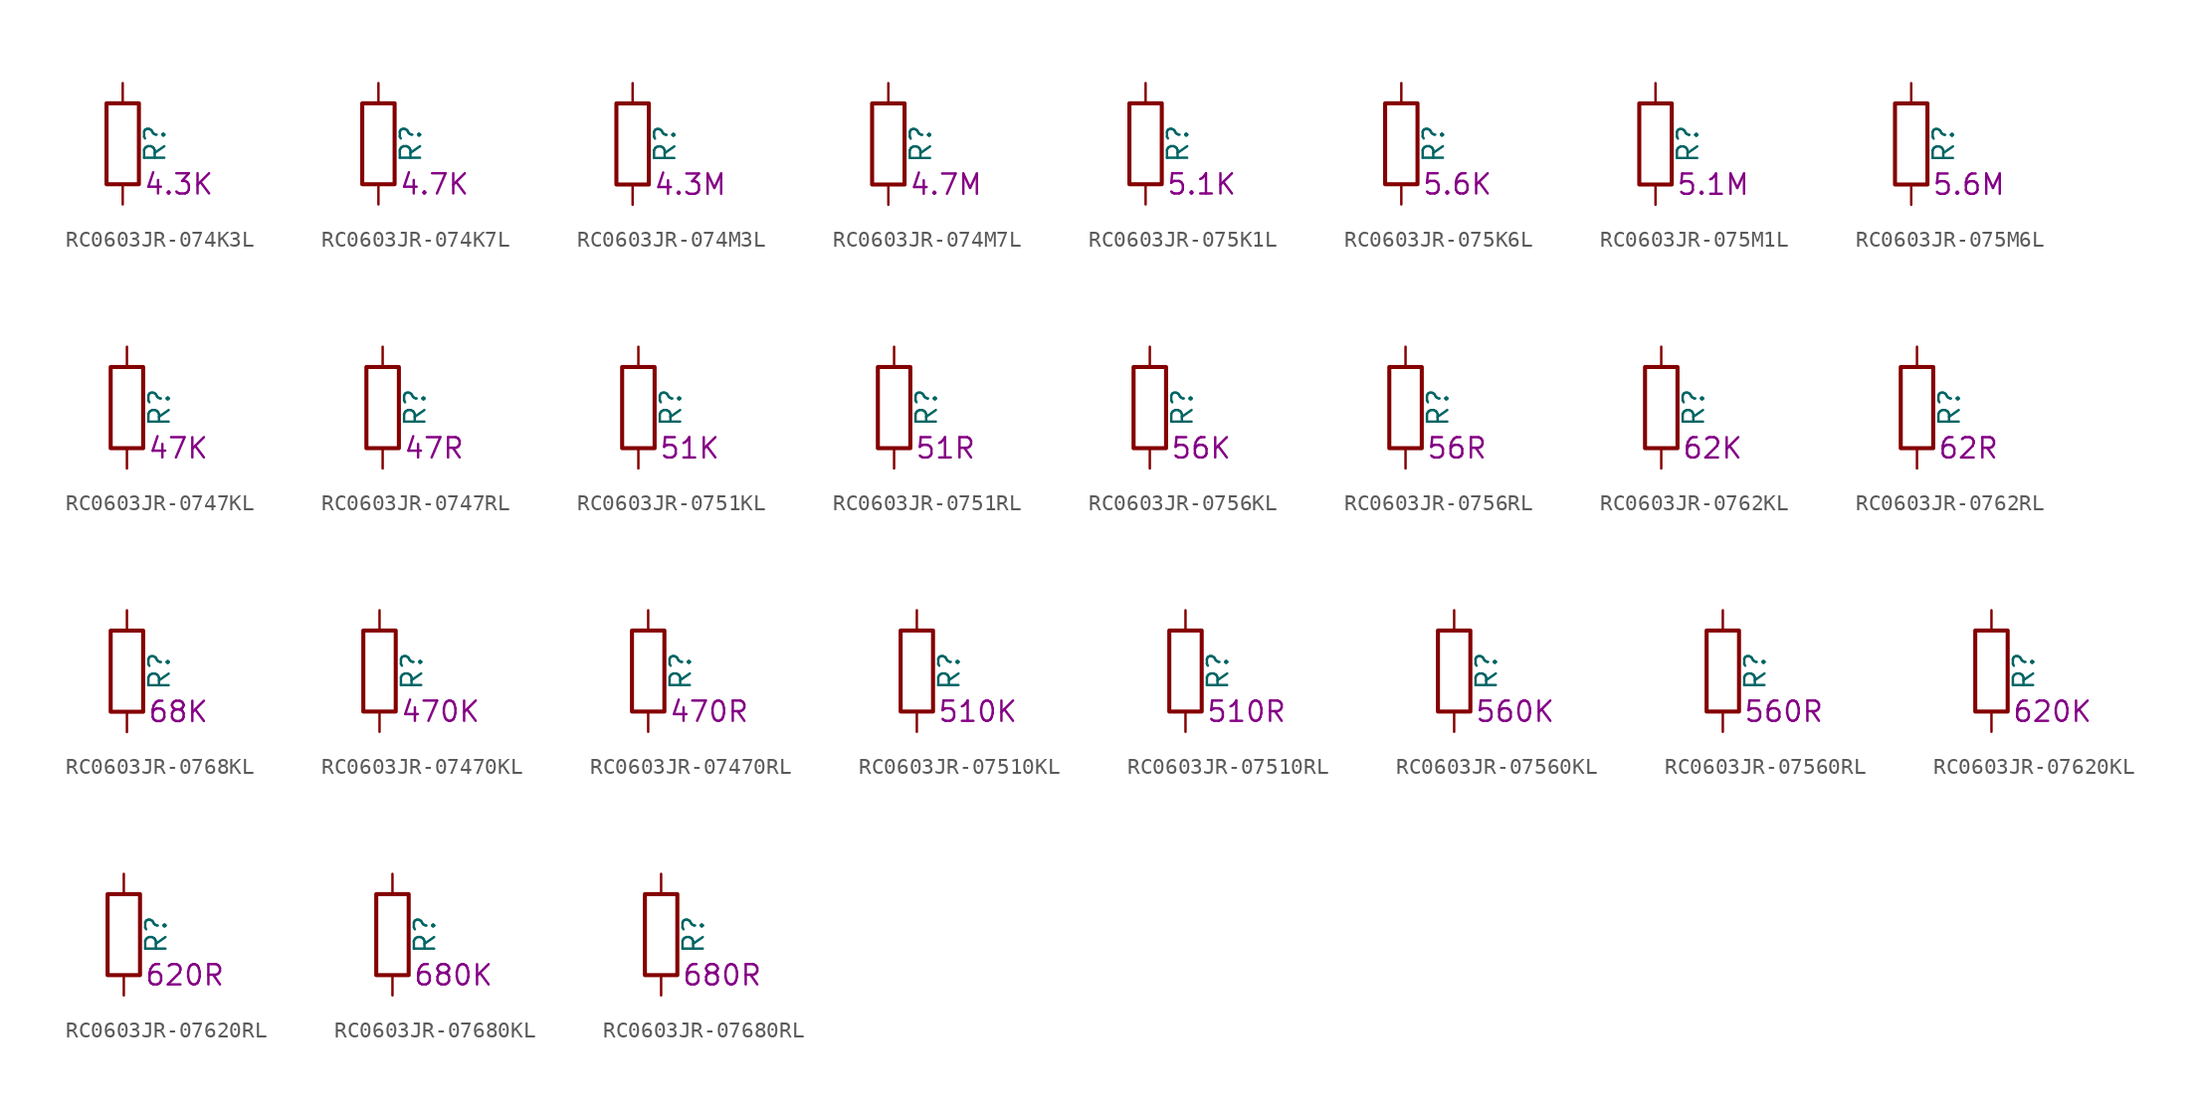
<source format=kicad_sym>
(kicad_symbol_lib
  (version 20220914)
  (generator kicad_symbol_editor)
  (symbol "RC0603JR-074K3L"
    (pin_numbers hide)
    (pin_names
      (offset 0))
    (property "Reference" "R"
      (at 2.032 0 90)
      (effects (font (size 1.27 1.27))))
    (property "Resistance" "4.3K"
      (at 1.27 -2.54 0)
      (effects (font (size 1.27 1.27)) (justify left)))
    (symbol "RC0603JR-074K3L_0_1"
      (rectangle (start -1.016 -2.54) (end 1.016 2.54) (stroke (width 0.254) (type default)) (fill (type none))))
    (symbol "RC0603JR-074K3L_1_1"
      (pin passive line (at 0 3.81 270) (length 1.27) (name "~" (effects (font (size 1.27 1.27)))) (number "1" (effects (font (size 1.27 1.27)))))
      (pin passive line (at 0 -3.81 90) (length 1.27) (name "~" (effects (font (size 1.27 1.27)))) (number "2" (effects (font (size 1.27 1.27)))))))
  (symbol "RC0603JR-074K7L"
    (pin_numbers hide)
    (pin_names
      (offset 0))
    (property "Reference" "R"
      (at 2.032 0 90)
      (effects (font (size 1.27 1.27))))
    (property "Resistance" "4.7K"
      (at 1.27 -2.54 0)
      (effects (font (size 1.27 1.27)) (justify left)))
    (symbol "RC0603JR-074K7L_0_1"
      (rectangle (start -1.016 -2.54) (end 1.016 2.54) (stroke (width 0.254) (type default)) (fill (type none))))
    (symbol "RC0603JR-074K7L_1_1"
      (pin passive line (at 0 3.81 270) (length 1.27) (name "~" (effects (font (size 1.27 1.27)))) (number "1" (effects (font (size 1.27 1.27)))))
      (pin passive line (at 0 -3.81 90) (length 1.27) (name "~" (effects (font (size 1.27 1.27)))) (number "2" (effects (font (size 1.27 1.27)))))))
  (symbol "RC0603JR-074M3L"
    (pin_numbers hide)
    (pin_names
      (offset 0))
    (property "Reference" "R"
      (at 2.032 0 90)
      (effects (font (size 1.27 1.27))))
    (property "Resistance" "4.3M"
      (at 1.27 -2.54 0)
      (effects (font (size 1.27 1.27)) (justify left)))
    (symbol "RC0603JR-074M3L_0_1"
      (rectangle (start -1.016 -2.54) (end 1.016 2.54) (stroke (width 0.254) (type default)) (fill (type none))))
    (symbol "RC0603JR-074M3L_1_1"
      (pin passive line (at 0 3.81 270) (length 1.27) (name "~" (effects (font (size 1.27 1.27)))) (number "1" (effects (font (size 1.27 1.27)))))
      (pin passive line (at 0 -3.81 90) (length 1.27) (name "~" (effects (font (size 1.27 1.27)))) (number "2" (effects (font (size 1.27 1.27)))))))
  (symbol "RC0603JR-074M7L"
    (pin_numbers hide)
    (pin_names
      (offset 0))
    (property "Reference" "R"
      (at 2.032 0 90)
      (effects (font (size 1.27 1.27))))
    (property "Resistance" "4.7M"
      (at 1.27 -2.54 0)
      (effects (font (size 1.27 1.27)) (justify left)))
    (symbol "RC0603JR-074M7L_0_1"
      (rectangle (start -1.016 -2.54) (end 1.016 2.54) (stroke (width 0.254) (type default)) (fill (type none))))
    (symbol "RC0603JR-074M7L_1_1"
      (pin passive line (at 0 3.81 270) (length 1.27) (name "~" (effects (font (size 1.27 1.27)))) (number "1" (effects (font (size 1.27 1.27)))))
      (pin passive line (at 0 -3.81 90) (length 1.27) (name "~" (effects (font (size 1.27 1.27)))) (number "2" (effects (font (size 1.27 1.27)))))))
  (symbol "RC0603JR-075K1L"
    (pin_numbers hide)
    (pin_names
      (offset 0))
    (property "Reference" "R"
      (at 2.032 0 90)
      (effects (font (size 1.27 1.27))))
    (property "Resistance" "5.1K"
      (at 1.27 -2.54 0)
      (effects (font (size 1.27 1.27)) (justify left)))
    (symbol "RC0603JR-075K1L_0_1"
      (rectangle (start -1.016 -2.54) (end 1.016 2.54) (stroke (width 0.254) (type default)) (fill (type none))))
    (symbol "RC0603JR-075K1L_1_1"
      (pin passive line (at 0 3.81 270) (length 1.27) (name "~" (effects (font (size 1.27 1.27)))) (number "1" (effects (font (size 1.27 1.27)))))
      (pin passive line (at 0 -3.81 90) (length 1.27) (name "~" (effects (font (size 1.27 1.27)))) (number "2" (effects (font (size 1.27 1.27)))))))
  (symbol "RC0603JR-075K6L"
    (pin_numbers hide)
    (pin_names
      (offset 0))
    (property "Reference" "R"
      (at 2.032 0 90)
      (effects (font (size 1.27 1.27))))
    (property "Resistance" "5.6K"
      (at 1.27 -2.54 0)
      (effects (font (size 1.27 1.27)) (justify left)))
    (symbol "RC0603JR-075K6L_0_1"
      (rectangle (start -1.016 -2.54) (end 1.016 2.54) (stroke (width 0.254) (type default)) (fill (type none))))
    (symbol "RC0603JR-075K6L_1_1"
      (pin passive line (at 0 3.81 270) (length 1.27) (name "~" (effects (font (size 1.27 1.27)))) (number "1" (effects (font (size 1.27 1.27)))))
      (pin passive line (at 0 -3.81 90) (length 1.27) (name "~" (effects (font (size 1.27 1.27)))) (number "2" (effects (font (size 1.27 1.27)))))))
  (symbol "RC0603JR-075M1L"
    (pin_numbers hide)
    (pin_names
      (offset 0))
    (property "Reference" "R"
      (at 2.032 0 90)
      (effects (font (size 1.27 1.27))))
    (property "Resistance" "5.1M"
      (at 1.27 -2.54 0)
      (effects (font (size 1.27 1.27)) (justify left)))
    (symbol "RC0603JR-075M1L_0_1"
      (rectangle (start -1.016 -2.54) (end 1.016 2.54) (stroke (width 0.254) (type default)) (fill (type none))))
    (symbol "RC0603JR-075M1L_1_1"
      (pin passive line (at 0 3.81 270) (length 1.27) (name "~" (effects (font (size 1.27 1.27)))) (number "1" (effects (font (size 1.27 1.27)))))
      (pin passive line (at 0 -3.81 90) (length 1.27) (name "~" (effects (font (size 1.27 1.27)))) (number "2" (effects (font (size 1.27 1.27)))))))
  (symbol "RC0603JR-075M6L"
    (pin_numbers hide)
    (pin_names
      (offset 0))
    (property "Reference" "R"
      (at 2.032 0 90)
      (effects (font (size 1.27 1.27))))
    (property "Resistance" "5.6M"
      (at 1.27 -2.54 0)
      (effects (font (size 1.27 1.27)) (justify left)))
    (symbol "RC0603JR-075M6L_0_1"
      (rectangle (start -1.016 -2.54) (end 1.016 2.54) (stroke (width 0.254) (type default)) (fill (type none))))
    (symbol "RC0603JR-075M6L_1_1"
      (pin passive line (at 0 3.81 270) (length 1.27) (name "~" (effects (font (size 1.27 1.27)))) (number "1" (effects (font (size 1.27 1.27)))))
      (pin passive line (at 0 -3.81 90) (length 1.27) (name "~" (effects (font (size 1.27 1.27)))) (number "2" (effects (font (size 1.27 1.27)))))))
  (symbol "RC0603JR-0747KL"
    (pin_numbers hide)
    (pin_names
      (offset 0))
    (property "Reference" "R"
      (at 2.032 0 90)
      (effects (font (size 1.27 1.27))))
    (property "Resistance" "47K"
      (at 1.27 -2.54 0)
      (effects (font (size 1.27 1.27)) (justify left)))
    (symbol "RC0603JR-0747KL_0_1"
      (rectangle (start -1.016 -2.54) (end 1.016 2.54) (stroke (width 0.254) (type default)) (fill (type none))))
    (symbol "RC0603JR-0747KL_1_1"
      (pin passive line (at 0 3.81 270) (length 1.27) (name "~" (effects (font (size 1.27 1.27)))) (number "1" (effects (font (size 1.27 1.27)))))
      (pin passive line (at 0 -3.81 90) (length 1.27) (name "~" (effects (font (size 1.27 1.27)))) (number "2" (effects (font (size 1.27 1.27)))))))
  (symbol "RC0603JR-0747RL"
    (pin_numbers hide)
    (pin_names
      (offset 0))
    (property "Reference" "R"
      (at 2.032 0 90)
      (effects (font (size 1.27 1.27))))
    (property "Resistance" "47R"
      (at 1.27 -2.54 0)
      (effects (font (size 1.27 1.27)) (justify left)))
    (symbol "RC0603JR-0747RL_0_1"
      (rectangle (start -1.016 -2.54) (end 1.016 2.54) (stroke (width 0.254) (type default)) (fill (type none))))
    (symbol "RC0603JR-0747RL_1_1"
      (pin passive line (at 0 3.81 270) (length 1.27) (name "~" (effects (font (size 1.27 1.27)))) (number "1" (effects (font (size 1.27 1.27)))))
      (pin passive line (at 0 -3.81 90) (length 1.27) (name "~" (effects (font (size 1.27 1.27)))) (number "2" (effects (font (size 1.27 1.27)))))))
  (symbol "RC0603JR-0751KL"
    (pin_numbers hide)
    (pin_names
      (offset 0))
    (property "Reference" "R"
      (at 2.032 0 90)
      (effects (font (size 1.27 1.27))))
    (property "Resistance" "51K"
      (at 1.27 -2.54 0)
      (effects (font (size 1.27 1.27)) (justify left)))
    (symbol "RC0603JR-0751KL_0_1"
      (rectangle (start -1.016 -2.54) (end 1.016 2.54) (stroke (width 0.254) (type default)) (fill (type none))))
    (symbol "RC0603JR-0751KL_1_1"
      (pin passive line (at 0 3.81 270) (length 1.27) (name "~" (effects (font (size 1.27 1.27)))) (number "1" (effects (font (size 1.27 1.27)))))
      (pin passive line (at 0 -3.81 90) (length 1.27) (name "~" (effects (font (size 1.27 1.27)))) (number "2" (effects (font (size 1.27 1.27)))))))
  (symbol "RC0603JR-0751RL"
    (pin_numbers hide)
    (pin_names
      (offset 0))
    (property "Reference" "R"
      (at 2.032 0 90)
      (effects (font (size 1.27 1.27))))
    (property "Resistance" "51R"
      (at 1.27 -2.54 0)
      (effects (font (size 1.27 1.27)) (justify left)))
    (symbol "RC0603JR-0751RL_0_1"
      (rectangle (start -1.016 -2.54) (end 1.016 2.54) (stroke (width 0.254) (type default)) (fill (type none))))
    (symbol "RC0603JR-0751RL_1_1"
      (pin passive line (at 0 3.81 270) (length 1.27) (name "~" (effects (font (size 1.27 1.27)))) (number "1" (effects (font (size 1.27 1.27)))))
      (pin passive line (at 0 -3.81 90) (length 1.27) (name "~" (effects (font (size 1.27 1.27)))) (number "2" (effects (font (size 1.27 1.27)))))))
  (symbol "RC0603JR-0756KL"
    (pin_numbers hide)
    (pin_names
      (offset 0))
    (property "Reference" "R"
      (at 2.032 0 90)
      (effects (font (size 1.27 1.27))))
    (property "Resistance" "56K"
      (at 1.27 -2.54 0)
      (effects (font (size 1.27 1.27)) (justify left)))
    (symbol "RC0603JR-0756KL_0_1"
      (rectangle (start -1.016 -2.54) (end 1.016 2.54) (stroke (width 0.254) (type default)) (fill (type none))))
    (symbol "RC0603JR-0756KL_1_1"
      (pin passive line (at 0 3.81 270) (length 1.27) (name "~" (effects (font (size 1.27 1.27)))) (number "1" (effects (font (size 1.27 1.27)))))
      (pin passive line (at 0 -3.81 90) (length 1.27) (name "~" (effects (font (size 1.27 1.27)))) (number "2" (effects (font (size 1.27 1.27)))))))
  (symbol "RC0603JR-0756RL"
    (pin_numbers hide)
    (pin_names
      (offset 0))
    (property "Reference" "R"
      (at 2.032 0 90)
      (effects (font (size 1.27 1.27))))
    (property "Resistance" "56R"
      (at 1.27 -2.54 0)
      (effects (font (size 1.27 1.27)) (justify left)))
    (symbol "RC0603JR-0756RL_0_1"
      (rectangle (start -1.016 -2.54) (end 1.016 2.54) (stroke (width 0.254) (type default)) (fill (type none))))
    (symbol "RC0603JR-0756RL_1_1"
      (pin passive line (at 0 3.81 270) (length 1.27) (name "~" (effects (font (size 1.27 1.27)))) (number "1" (effects (font (size 1.27 1.27)))))
      (pin passive line (at 0 -3.81 90) (length 1.27) (name "~" (effects (font (size 1.27 1.27)))) (number "2" (effects (font (size 1.27 1.27)))))))
  (symbol "RC0603JR-0762KL"
    (pin_numbers hide)
    (pin_names
      (offset 0))
    (property "Reference" "R"
      (at 2.032 0 90)
      (effects (font (size 1.27 1.27))))
    (property "Resistance" "62K"
      (at 1.27 -2.54 0)
      (effects (font (size 1.27 1.27)) (justify left)))
    (symbol "RC0603JR-0762KL_0_1"
      (rectangle (start -1.016 -2.54) (end 1.016 2.54) (stroke (width 0.254) (type default)) (fill (type none))))
    (symbol "RC0603JR-0762KL_1_1"
      (pin passive line (at 0 3.81 270) (length 1.27) (name "~" (effects (font (size 1.27 1.27)))) (number "1" (effects (font (size 1.27 1.27)))))
      (pin passive line (at 0 -3.81 90) (length 1.27) (name "~" (effects (font (size 1.27 1.27)))) (number "2" (effects (font (size 1.27 1.27)))))))
  (symbol "RC0603JR-0762RL"
    (pin_numbers hide)
    (pin_names
      (offset 0))
    (property "Reference" "R"
      (at 2.032 0 90)
      (effects (font (size 1.27 1.27))))
    (property "Resistance" "62R"
      (at 1.27 -2.54 0)
      (effects (font (size 1.27 1.27)) (justify left)))
    (symbol "RC0603JR-0762RL_0_1"
      (rectangle (start -1.016 -2.54) (end 1.016 2.54) (stroke (width 0.254) (type default)) (fill (type none))))
    (symbol "RC0603JR-0762RL_1_1"
      (pin passive line (at 0 3.81 270) (length 1.27) (name "~" (effects (font (size 1.27 1.27)))) (number "1" (effects (font (size 1.27 1.27)))))
      (pin passive line (at 0 -3.81 90) (length 1.27) (name "~" (effects (font (size 1.27 1.27)))) (number "2" (effects (font (size 1.27 1.27)))))))
  (symbol "RC0603JR-0768KL"
    (pin_numbers hide)
    (pin_names
      (offset 0))
    (property "Reference" "R"
      (at 2.032 0 90)
      (effects (font (size 1.27 1.27))))
    (property "Resistance" "68K"
      (at 1.27 -2.54 0)
      (effects (font (size 1.27 1.27)) (justify left)))
    (symbol "RC0603JR-0768KL_0_1"
      (rectangle (start -1.016 -2.54) (end 1.016 2.54) (stroke (width 0.254) (type default)) (fill (type none))))
    (symbol "RC0603JR-0768KL_1_1"
      (pin passive line (at 0 3.81 270) (length 1.27) (name "~" (effects (font (size 1.27 1.27)))) (number "1" (effects (font (size 1.27 1.27)))))
      (pin passive line (at 0 -3.81 90) (length 1.27) (name "~" (effects (font (size 1.27 1.27)))) (number "2" (effects (font (size 1.27 1.27)))))))
  (symbol "RC0603JR-07470KL"
    (pin_numbers hide)
    (pin_names
      (offset 0))
    (property "Reference" "R"
      (at 2.032 0 90)
      (effects (font (size 1.27 1.27))))
    (property "Resistance" "470K"
      (at 1.27 -2.54 0)
      (effects (font (size 1.27 1.27)) (justify left)))
    (symbol "RC0603JR-07470KL_0_1"
      (rectangle (start -1.016 -2.54) (end 1.016 2.54) (stroke (width 0.254) (type default)) (fill (type none))))
    (symbol "RC0603JR-07470KL_1_1"
      (pin passive line (at 0 3.81 270) (length 1.27) (name "~" (effects (font (size 1.27 1.27)))) (number "1" (effects (font (size 1.27 1.27)))))
      (pin passive line (at 0 -3.81 90) (length 1.27) (name "~" (effects (font (size 1.27 1.27)))) (number "2" (effects (font (size 1.27 1.27)))))))
  (symbol "RC0603JR-07470RL"
    (pin_numbers hide)
    (pin_names
      (offset 0))
    (property "Reference" "R"
      (at 2.032 0 90)
      (effects (font (size 1.27 1.27))))
    (property "Resistance" "470R"
      (at 1.27 -2.54 0)
      (effects (font (size 1.27 1.27)) (justify left)))
    (symbol "RC0603JR-07470RL_0_1"
      (rectangle (start -1.016 -2.54) (end 1.016 2.54) (stroke (width 0.254) (type default)) (fill (type none))))
    (symbol "RC0603JR-07470RL_1_1"
      (pin passive line (at 0 3.81 270) (length 1.27) (name "~" (effects (font (size 1.27 1.27)))) (number "1" (effects (font (size 1.27 1.27)))))
      (pin passive line (at 0 -3.81 90) (length 1.27) (name "~" (effects (font (size 1.27 1.27)))) (number "2" (effects (font (size 1.27 1.27)))))))
  (symbol "RC0603JR-07510KL"
    (pin_numbers hide)
    (pin_names
      (offset 0))
    (property "Reference" "R"
      (at 2.032 0 90)
      (effects (font (size 1.27 1.27))))
    (property "Resistance" "510K"
      (at 1.27 -2.54 0)
      (effects (font (size 1.27 1.27)) (justify left)))
    (symbol "RC0603JR-07510KL_0_1"
      (rectangle (start -1.016 -2.54) (end 1.016 2.54) (stroke (width 0.254) (type default)) (fill (type none))))
    (symbol "RC0603JR-07510KL_1_1"
      (pin passive line (at 0 3.81 270) (length 1.27) (name "~" (effects (font (size 1.27 1.27)))) (number "1" (effects (font (size 1.27 1.27)))))
      (pin passive line (at 0 -3.81 90) (length 1.27) (name "~" (effects (font (size 1.27 1.27)))) (number "2" (effects (font (size 1.27 1.27)))))))
  (symbol "RC0603JR-07510RL"
    (pin_numbers hide)
    (pin_names
      (offset 0))
    (property "Reference" "R"
      (at 2.032 0 90)
      (effects (font (size 1.27 1.27))))
    (property "Resistance" "510R"
      (at 1.27 -2.54 0)
      (effects (font (size 1.27 1.27)) (justify left)))
    (symbol "RC0603JR-07510RL_0_1"
      (rectangle (start -1.016 -2.54) (end 1.016 2.54) (stroke (width 0.254) (type default)) (fill (type none))))
    (symbol "RC0603JR-07510RL_1_1"
      (pin passive line (at 0 3.81 270) (length 1.27) (name "~" (effects (font (size 1.27 1.27)))) (number "1" (effects (font (size 1.27 1.27)))))
      (pin passive line (at 0 -3.81 90) (length 1.27) (name "~" (effects (font (size 1.27 1.27)))) (number "2" (effects (font (size 1.27 1.27)))))))
  (symbol "RC0603JR-07560KL"
    (pin_numbers hide)
    (pin_names
      (offset 0))
    (property "Reference" "R"
      (at 2.032 0 90)
      (effects (font (size 1.27 1.27))))
    (property "Resistance" "560K"
      (at 1.27 -2.54 0)
      (effects (font (size 1.27 1.27)) (justify left)))
    (symbol "RC0603JR-07560KL_0_1"
      (rectangle (start -1.016 -2.54) (end 1.016 2.54) (stroke (width 0.254) (type default)) (fill (type none))))
    (symbol "RC0603JR-07560KL_1_1"
      (pin passive line (at 0 3.81 270) (length 1.27) (name "~" (effects (font (size 1.27 1.27)))) (number "1" (effects (font (size 1.27 1.27)))))
      (pin passive line (at 0 -3.81 90) (length 1.27) (name "~" (effects (font (size 1.27 1.27)))) (number "2" (effects (font (size 1.27 1.27)))))))
  (symbol "RC0603JR-07560RL"
    (pin_numbers hide)
    (pin_names
      (offset 0))
    (property "Reference" "R"
      (at 2.032 0 90)
      (effects (font (size 1.27 1.27))))
    (property "Resistance" "560R"
      (at 1.27 -2.54 0)
      (effects (font (size 1.27 1.27)) (justify left)))
    (symbol "RC0603JR-07560RL_0_1"
      (rectangle (start -1.016 -2.54) (end 1.016 2.54) (stroke (width 0.254) (type default)) (fill (type none))))
    (symbol "RC0603JR-07560RL_1_1"
      (pin passive line (at 0 3.81 270) (length 1.27) (name "~" (effects (font (size 1.27 1.27)))) (number "1" (effects (font (size 1.27 1.27)))))
      (pin passive line (at 0 -3.81 90) (length 1.27) (name "~" (effects (font (size 1.27 1.27)))) (number "2" (effects (font (size 1.27 1.27)))))))
  (symbol "RC0603JR-07620KL"
    (pin_numbers hide)
    (pin_names
      (offset 0))
    (property "Reference" "R"
      (at 2.032 0 90)
      (effects (font (size 1.27 1.27))))
    (property "Resistance" "620K"
      (at 1.27 -2.54 0)
      (effects (font (size 1.27 1.27)) (justify left)))
    (symbol "RC0603JR-07620KL_0_1"
      (rectangle (start -1.016 -2.54) (end 1.016 2.54) (stroke (width 0.254) (type default)) (fill (type none))))
    (symbol "RC0603JR-07620KL_1_1"
      (pin passive line (at 0 3.81 270) (length 1.27) (name "~" (effects (font (size 1.27 1.27)))) (number "1" (effects (font (size 1.27 1.27)))))
      (pin passive line (at 0 -3.81 90) (length 1.27) (name "~" (effects (font (size 1.27 1.27)))) (number "2" (effects (font (size 1.27 1.27)))))))
  (symbol "RC0603JR-07620RL"
    (pin_numbers hide)
    (pin_names
      (offset 0))
    (property "Reference" "R"
      (at 2.032 0 90)
      (effects (font (size 1.27 1.27))))
    (property "Resistance" "620R"
      (at 1.27 -2.54 0)
      (effects (font (size 1.27 1.27)) (justify left)))
    (symbol "RC0603JR-07620RL_0_1"
      (rectangle (start -1.016 -2.54) (end 1.016 2.54) (stroke (width 0.254) (type default)) (fill (type none))))
    (symbol "RC0603JR-07620RL_1_1"
      (pin passive line (at 0 3.81 270) (length 1.27) (name "~" (effects (font (size 1.27 1.27)))) (number "1" (effects (font (size 1.27 1.27)))))
      (pin passive line (at 0 -3.81 90) (length 1.27) (name "~" (effects (font (size 1.27 1.27)))) (number "2" (effects (font (size 1.27 1.27)))))))
  (symbol "RC0603JR-07680KL"
    (pin_numbers hide)
    (pin_names
      (offset 0))
    (property "Reference" "R"
      (at 2.032 0 90)
      (effects (font (size 1.27 1.27))))
    (property "Resistance" "680K"
      (at 1.27 -2.54 0)
      (effects (font (size 1.27 1.27)) (justify left)))
    (symbol "RC0603JR-07680KL_0_1"
      (rectangle (start -1.016 -2.54) (end 1.016 2.54) (stroke (width 0.254) (type default)) (fill (type none))))
    (symbol "RC0603JR-07680KL_1_1"
      (pin passive line (at 0 3.81 270) (length 1.27) (name "~" (effects (font (size 1.27 1.27)))) (number "1" (effects (font (size 1.27 1.27)))))
      (pin passive line (at 0 -3.81 90) (length 1.27) (name "~" (effects (font (size 1.27 1.27)))) (number "2" (effects (font (size 1.27 1.27)))))))
  (symbol "RC0603JR-07680RL"
    (pin_numbers hide)
    (pin_names
      (offset 0))
    (property "Reference" "R"
      (at 2.032 0 90)
      (effects (font (size 1.27 1.27))))
    (property "Resistance" "680R"
      (at 1.27 -2.54 0)
      (effects (font (size 1.27 1.27)) (justify left)))
    (symbol "RC0603JR-07680RL_0_1"
      (rectangle (start -1.016 -2.54) (end 1.016 2.54) (stroke (width 0.254) (type default)) (fill (type none))))
    (symbol "RC0603JR-07680RL_1_1"
      (pin passive line (at 0 3.81 270) (length 1.27) (name "~" (effects (font (size 1.27 1.27)))) (number "1" (effects (font (size 1.27 1.27)))))
      (pin passive line (at 0 -3.81 90) (length 1.27) (name "~" (effects (font (size 1.27 1.27)))) (number "2" (effects (font (size 1.27 1.27))))))))
</source>
